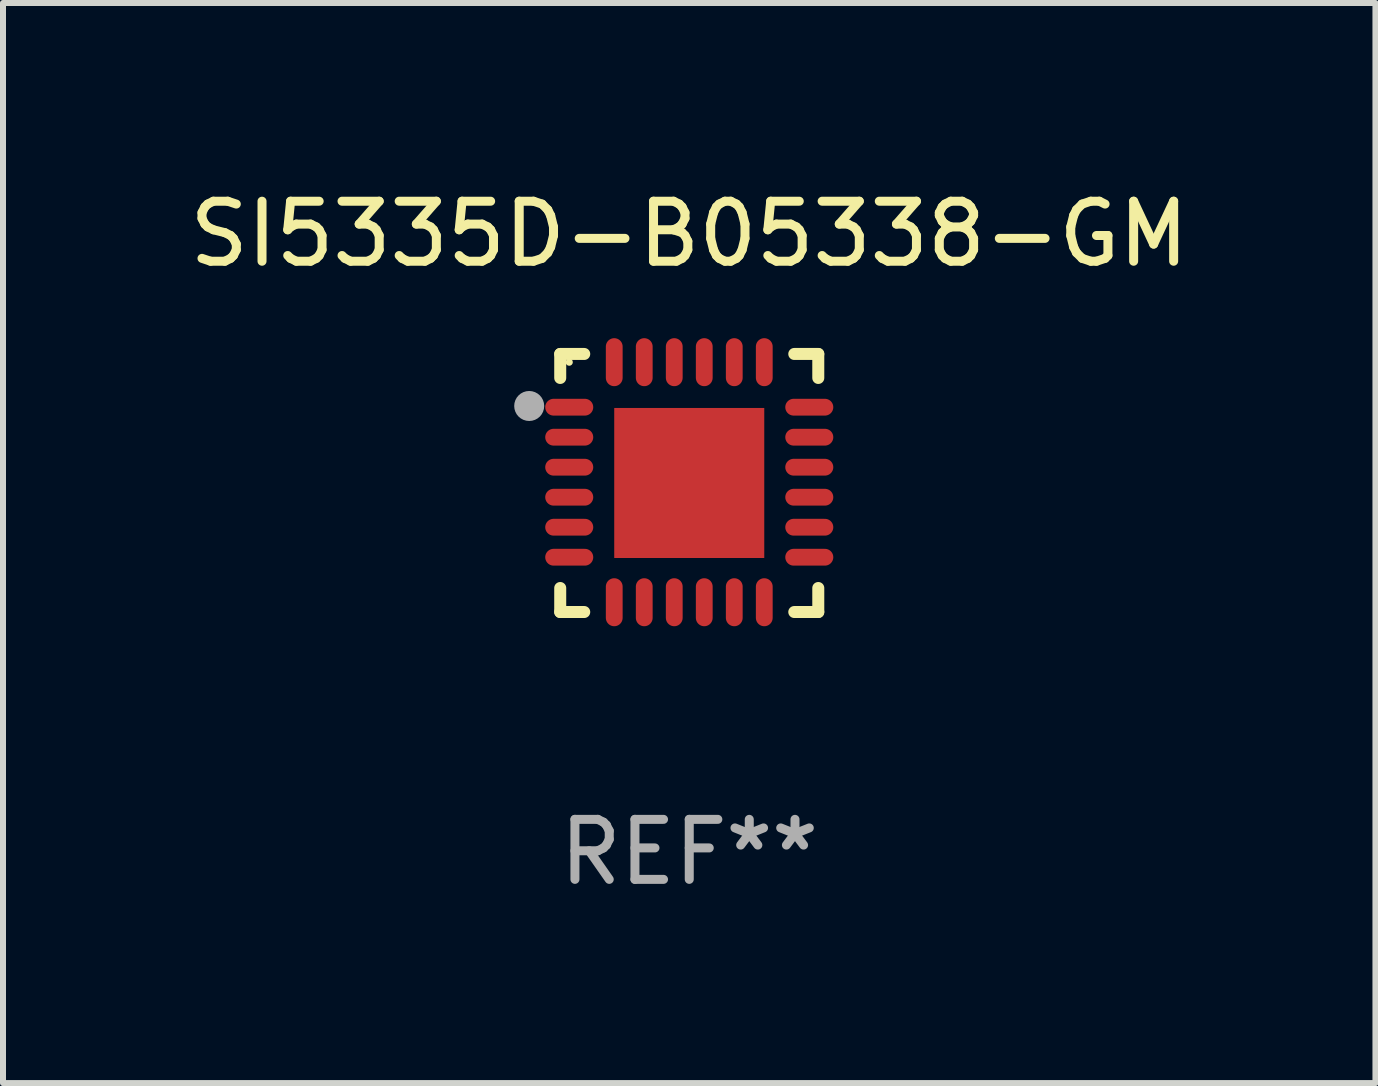
<source format=kicad_pcb>
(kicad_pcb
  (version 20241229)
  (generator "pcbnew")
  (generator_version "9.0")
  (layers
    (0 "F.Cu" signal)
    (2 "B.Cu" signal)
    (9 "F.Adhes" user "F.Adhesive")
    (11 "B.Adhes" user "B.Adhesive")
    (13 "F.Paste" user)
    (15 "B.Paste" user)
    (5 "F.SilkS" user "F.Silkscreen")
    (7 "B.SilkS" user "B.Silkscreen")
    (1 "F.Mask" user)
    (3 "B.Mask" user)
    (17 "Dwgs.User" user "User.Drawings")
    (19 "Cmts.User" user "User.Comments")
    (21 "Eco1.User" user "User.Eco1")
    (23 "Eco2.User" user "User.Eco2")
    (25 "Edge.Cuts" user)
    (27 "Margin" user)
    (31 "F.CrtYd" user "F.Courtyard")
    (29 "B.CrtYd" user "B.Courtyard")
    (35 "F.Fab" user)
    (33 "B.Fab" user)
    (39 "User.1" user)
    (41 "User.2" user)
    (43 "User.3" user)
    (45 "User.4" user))
  (footprint "SI5335D-B05338-GM"
    (layer "F.Cu")
    (at 8.435 4.998)
    (property "Reference" "SI5335D-B05338-GM" (at 0 -4.15 0) (layer "F.SilkS") (effects (font (size 1 1) (thickness 0.15))))
    (attr through_hole)
    (fp_line (start -2.15 -2.15) (end -1.75 -2.15) (stroke (width 0.2) (type solid)) (layer "F.SilkS"))
    (fp_line (start -2.15 -1.75) (end -2.15 -2.15) (stroke (width 0.2) (type solid)) (layer "F.SilkS"))
    (fp_line (start -2.15 2.15) (end -2.15 1.75) (stroke (width 0.2) (type solid)) (layer "F.SilkS"))
    (fp_line (start -1.75 2.15) (end -2.15 2.15) (stroke (width 0.2) (type solid)) (layer "F.SilkS"))
    (fp_line (start 1.75 -2.15) (end 2.15 -2.15) (stroke (width 0.2) (type solid)) (layer "F.SilkS"))
    (fp_line (start 1.75 2.15) (end 2.15 2.15) (stroke (width 0.2) (type solid)) (layer "F.SilkS"))
    (fp_line (start 2.15 -2.15) (end 2.15 -1.75) (stroke (width 0.2) (type solid)) (layer "F.SilkS"))
    (fp_line (start 2.15 2.15) (end 2.15 1.75) (stroke (width 0.2) (type solid)) (layer "F.SilkS"))
    (fp_circle (center -2 -2.013) (end -1.97 -2.013) (stroke (width 0.06) (type solid)) (fill no) (layer "F.SilkS"))
    (fp_circle (center -2.667 -1.283) (end -2.542 -1.283) (stroke (width 0.25) (type solid)) (fill no) (layer "F.Fab"))
    (fp_text user "REF**" (at 0 6.15 0) (layer "F.Fab") (effects (font (size 1 1) (thickness 0.15))))
    (pad "1" smd oval (at -2 -1.263) (size 0.8 0.28) (layers "F.Cu" "F.Mask" "F.Paste"))
    (pad "2" smd oval (at -2 -0.763) (size 0.8 0.28) (layers "F.Cu" "F.Mask" "F.Paste"))
    (pad "3" smd oval (at -2 -0.263) (size 0.8 0.28) (layers "F.Cu" "F.Mask" "F.Paste"))
    (pad "4" smd oval (at -2 0.237) (size 0.8 0.28) (layers "F.Cu" "F.Mask" "F.Paste"))
    (pad "5" smd oval (at -2 0.737) (size 0.8 0.28) (layers "F.Cu" "F.Mask" "F.Paste"))
    (pad "6" smd oval (at -2 1.237) (size 0.8 0.28) (layers "F.Cu" "F.Mask" "F.Paste"))
    (pad "7" smd oval (at -1.25 1.987) (size 0.28 0.8) (layers "F.Cu" "F.Mask" "F.Paste"))
    (pad "8" smd oval (at -0.75 1.987) (size 0.28 0.8) (layers "F.Cu" "F.Mask" "F.Paste"))
    (pad "9" smd oval (at -0.25 1.987) (size 0.28 0.8) (layers "F.Cu" "F.Mask" "F.Paste"))
    (pad "10" smd oval (at 0.25 1.987) (size 0.28 0.8) (layers "F.Cu" "F.Mask" "F.Paste"))
    (pad "11" smd oval (at 0.75 1.987) (size 0.28 0.8) (layers "F.Cu" "F.Mask" "F.Paste"))
    (pad "12" smd oval (at 1.25 1.987) (size 0.28 0.8) (layers "F.Cu" "F.Mask" "F.Paste"))
    (pad "13" smd oval (at 2 1.237) (size 0.8 0.28) (layers "F.Cu" "F.Mask" "F.Paste"))
    (pad "14" smd oval (at 2 0.737) (size 0.8 0.28) (layers "F.Cu" "F.Mask" "F.Paste"))
    (pad "15" smd oval (at 2 0.237) (size 0.8 0.28) (layers "F.Cu" "F.Mask" "F.Paste"))
    (pad "16" smd oval (at 2 -0.263) (size 0.8 0.28) (layers "F.Cu" "F.Mask" "F.Paste"))
    (pad "17" smd oval (at 2 -0.763) (size 0.8 0.28) (layers "F.Cu" "F.Mask" "F.Paste"))
    (pad "18" smd oval (at 2 -1.263) (size 0.8 0.28) (layers "F.Cu" "F.Mask" "F.Paste"))
    (pad "19" smd oval (at 1.25 -2.013) (size 0.28 0.8) (layers "F.Cu" "F.Mask" "F.Paste"))
    (pad "20" smd oval (at 0.75 -2.013) (size 0.28 0.8) (layers "F.Cu" "F.Mask" "F.Paste"))
    (pad "21" smd oval (at 0.25 -2.013) (size 0.28 0.8) (layers "F.Cu" "F.Mask" "F.Paste"))
    (pad "22" smd oval (at -0.25 -2.013) (size 0.28 0.8) (layers "F.Cu" "F.Mask" "F.Paste"))
    (pad "23" smd oval (at -0.75 -2.013) (size 0.28 0.8) (layers "F.Cu" "F.Mask" "F.Paste"))
    (pad "24" smd oval (at -1.25 -2.013) (size 0.28 0.8) (layers "F.Cu" "F.Mask" "F.Paste"))
    (pad "25" smd rect (at -0.000127 -0.00014) (size 2.5 2.5) (layers "F.Cu" "F.Mask" "F.Paste")))
  (gr_rect
    (start -3 -3)
    (end 19.869 14.997)
    (stroke (width 0.1) (type default))
    (fill no)
    (layer "Edge.Cuts")))
</source>
